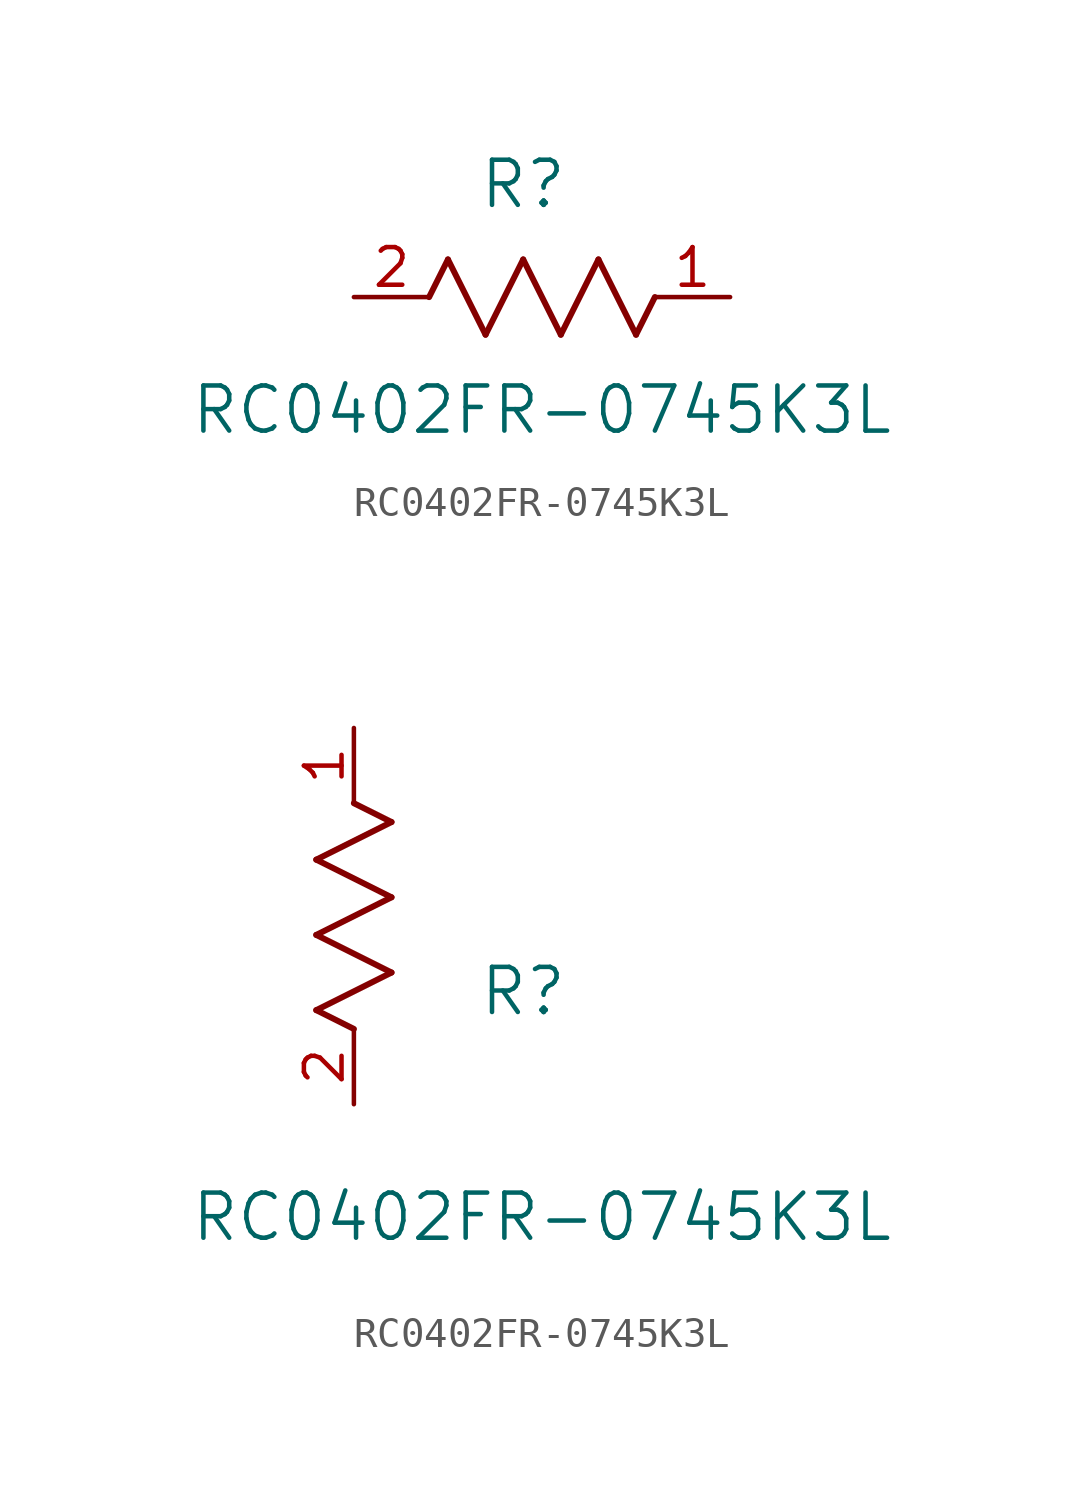
<source format=kicad_sym>
(kicad_symbol_lib
  (version 20211014)
  (generator kicad_symbol_editor)
  (symbol "RC0402FR-0745K3L"
    (pin_names
      (offset 0.254))
    (property "Reference" "R"
      (at 5.715 3.81 0)
      (effects (font (size 1.524 1.524))))
    (property "Value" "RC0402FR-0745K3L"
      (at 6.35 -3.81 0)
      (effects (font (size 1.524 1.524))))
    (symbol "RC0402FR-0745K3L_1_1"
      (polyline (pts (xy 3.175 1.27) (xy 4.445 -1.27)) (stroke (width 0.203) (type default) (color 0 0 0 0)) (fill (type none)))
      (polyline (pts (xy 4.445 -1.27) (xy 5.715 1.27)) (stroke (width 0.203) (type default) (color 0 0 0 0)) (fill (type none)))
      (polyline (pts (xy 5.715 1.27) (xy 6.985 -1.27)) (stroke (width 0.203) (type default) (color 0 0 0 0)) (fill (type none)))
      (polyline (pts (xy 6.985 -1.27) (xy 8.255 1.27)) (stroke (width 0.203) (type default) (color 0 0 0 0)) (fill (type none)))
      (polyline (pts (xy 8.255 1.27) (xy 9.525 -1.27)) (stroke (width 0.203) (type default) (color 0 0 0 0)) (fill (type none)))
      (polyline (pts (xy 2.54 0) (xy 3.175 1.27)) (stroke (width 0.203) (type default) (color 0 0 0 0)) (fill (type none)))
      (polyline (pts (xy 9.525 -1.27) (xy 10.16 0)) (stroke (width 0.203) (type default) (color 0 0 0 0)) (fill (type none)))
      (pin unspecified line (at 12.7 0 180) (length 2.54) (name "" (effects (font (size 1.27 1.27)))) (number "1" (effects (font (size 1.27 1.27)))))
      (pin unspecified line (at 0 0 0) (length 2.54) (name "" (effects (font (size 1.27 1.27)))) (number "2" (effects (font (size 1.27 1.27))))))
    (symbol "RC0402FR-0745K3L_1_2"
      (polyline (pts (xy 0 2.54) (xy -1.27 3.175)) (stroke (width 0.203) (type default) (color 0 0 0 0)) (fill (type none)))
      (polyline (pts (xy -1.27 3.175) (xy 1.27 4.445)) (stroke (width 0.203) (type default) (color 0 0 0 0)) (fill (type none)))
      (polyline (pts (xy 1.27 4.445) (xy -1.27 5.715)) (stroke (width 0.203) (type default) (color 0 0 0 0)) (fill (type none)))
      (polyline (pts (xy -1.27 5.715) (xy 1.27 6.985)) (stroke (width 0.203) (type default) (color 0 0 0 0)) (fill (type none)))
      (polyline (pts (xy -1.27 8.255) (xy 1.27 9.525)) (stroke (width 0.203) (type default) (color 0 0 0 0)) (fill (type none)))
      (polyline (pts (xy 1.27 9.525) (xy 0 10.16)) (stroke (width 0.203) (type default) (color 0 0 0 0)) (fill (type none)))
      (polyline (pts (xy 1.27 6.985) (xy -1.27 8.255)) (stroke (width 0.203) (type default) (color 0 0 0 0)) (fill (type none)))
      (pin unspecified line (at 0 12.7 270) (length 2.54) (name "" (effects (font (size 1.27 1.27)))) (number "1" (effects (font (size 1.27 1.27)))))
      (pin unspecified line (at 0 0 90) (length 2.54) (name "" (effects (font (size 1.27 1.27)))) (number "2" (effects (font (size 1.27 1.27))))))))
</source>
